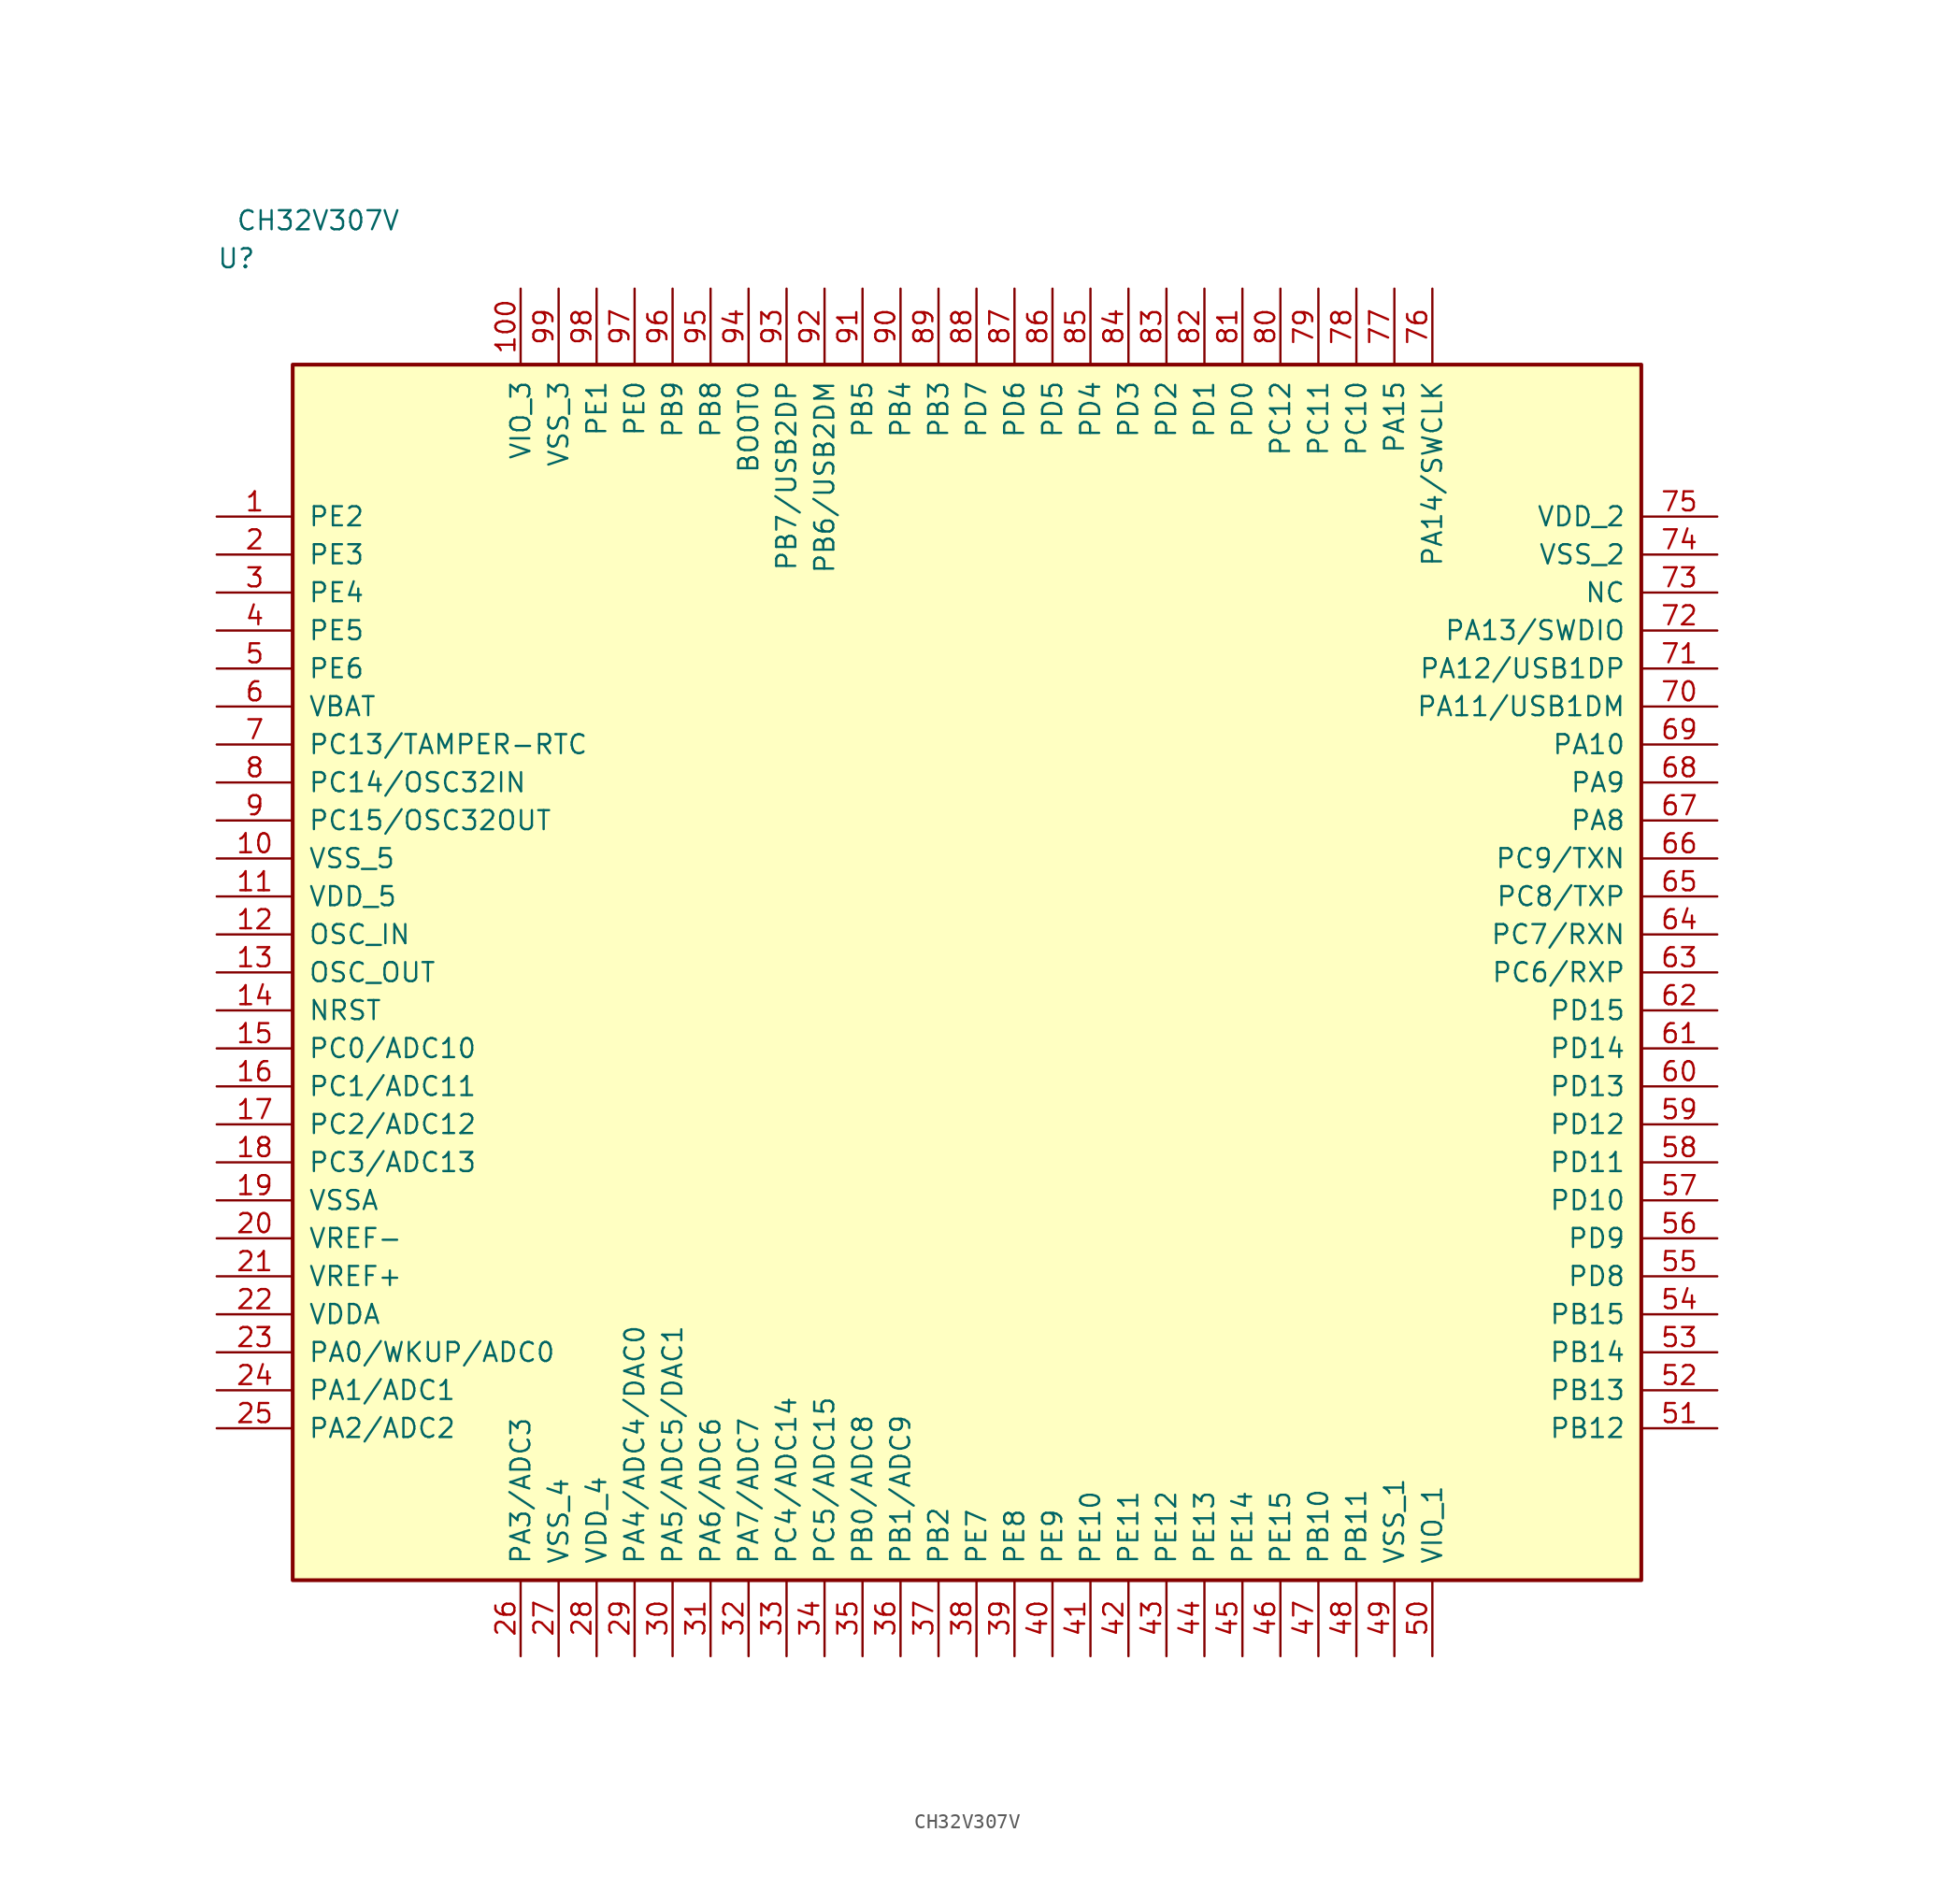
<source format=kicad_sym>
(kicad_symbol_lib
  (version 20211014)
  (generator kicad_symbol_editor)
  (symbol "CH32V307V"
    (pin_names
      (offset 1.016))
    (property "Reference" "U"
      (at -5.08 6.35 0)
      (effects (font (size 1.27 1.27)) (justify left bottom)))
    (property "Value" "CH32V307V"
      (at -3.81 8.89 0)
      (effects (font (size 1.27 1.27)) (justify left bottom)))
    (symbol "CH32V307V_1_1"
      (rectangle (start 0 -81.28) (end 90.17 0) (stroke (width 0.254) (type default) (color 0 0 0 0)) (fill (type background)))
      (pin bidirectional line (at -5.08 -10.16 0) (length 5.08) (name "PE2" (effects (font (size 1.27 1.27)))) (number "1" (effects (font (size 1.27 1.27)))))
      (pin power_in line (at -5.08 -33.02 0) (length 5.08) (name "VSS_5" (effects (font (size 1.27 1.27)))) (number "10" (effects (font (size 1.27 1.27)))))
      (pin power_in line (at 15.24 5.08 270) (length 5.08) (name "VIO_3" (effects (font (size 1.27 1.27)))) (number "100" (effects (font (size 1.27 1.27)))))
      (pin power_in line (at -5.08 -35.56 0) (length 5.08) (name "VDD_5" (effects (font (size 1.27 1.27)))) (number "11" (effects (font (size 1.27 1.27)))))
      (pin input line (at -5.08 -38.1 0) (length 5.08) (name "OSC_IN" (effects (font (size 1.27 1.27)))) (number "12" (effects (font (size 1.27 1.27)))))
      (pin output line (at -5.08 -40.64 0) (length 5.08) (name "OSC_OUT" (effects (font (size 1.27 1.27)))) (number "13" (effects (font (size 1.27 1.27)))))
      (pin bidirectional line (at -5.08 -43.18 0) (length 5.08) (name "NRST" (effects (font (size 1.27 1.27)))) (number "14" (effects (font (size 1.27 1.27)))))
      (pin bidirectional line (at -5.08 -45.72 0) (length 5.08) (name "PC0/ADC10" (effects (font (size 1.27 1.27)))) (number "15" (effects (font (size 1.27 1.27)))))
      (pin bidirectional line (at -5.08 -48.26 0) (length 5.08) (name "PC1/ADC11" (effects (font (size 1.27 1.27)))) (number "16" (effects (font (size 1.27 1.27)))))
      (pin bidirectional line (at -5.08 -50.8 0) (length 5.08) (name "PC2/ADC12" (effects (font (size 1.27 1.27)))) (number "17" (effects (font (size 1.27 1.27)))))
      (pin bidirectional line (at -5.08 -53.34 0) (length 5.08) (name "PC3/ADC13" (effects (font (size 1.27 1.27)))) (number "18" (effects (font (size 1.27 1.27)))))
      (pin power_in line (at -5.08 -55.88 0) (length 5.08) (name "VSSA" (effects (font (size 1.27 1.27)))) (number "19" (effects (font (size 1.27 1.27)))))
      (pin bidirectional line (at -5.08 -12.7 0) (length 5.08) (name "PE3" (effects (font (size 1.27 1.27)))) (number "2" (effects (font (size 1.27 1.27)))))
      (pin power_in line (at -5.08 -58.42 0) (length 5.08) (name "VREF-" (effects (font (size 1.27 1.27)))) (number "20" (effects (font (size 1.27 1.27)))))
      (pin power_in line (at -5.08 -60.96 0) (length 5.08) (name "VREF+" (effects (font (size 1.27 1.27)))) (number "21" (effects (font (size 1.27 1.27)))))
      (pin power_in line (at -5.08 -63.5 0) (length 5.08) (name "VDDA" (effects (font (size 1.27 1.27)))) (number "22" (effects (font (size 1.27 1.27)))))
      (pin bidirectional line (at -5.08 -66.04 0) (length 5.08) (name "PA0/WKUP/ADC0" (effects (font (size 1.27 1.27)))) (number "23" (effects (font (size 1.27 1.27)))))
      (pin bidirectional line (at -5.08 -68.58 0) (length 5.08) (name "PA1/ADC1" (effects (font (size 1.27 1.27)))) (number "24" (effects (font (size 1.27 1.27)))))
      (pin bidirectional line (at -5.08 -71.12 0) (length 5.08) (name "PA2/ADC2" (effects (font (size 1.27 1.27)))) (number "25" (effects (font (size 1.27 1.27)))))
      (pin bidirectional line (at 15.24 -86.36 90) (length 5.08) (name "PA3/ADC3" (effects (font (size 1.27 1.27)))) (number "26" (effects (font (size 1.27 1.27)))))
      (pin power_in line (at 17.78 -86.36 90) (length 5.08) (name "VSS_4" (effects (font (size 1.27 1.27)))) (number "27" (effects (font (size 1.27 1.27)))))
      (pin power_in line (at 20.32 -86.36 90) (length 5.08) (name "VDD_4" (effects (font (size 1.27 1.27)))) (number "28" (effects (font (size 1.27 1.27)))))
      (pin bidirectional line (at 22.86 -86.36 90) (length 5.08) (name "PA4/ADC4/DAC0" (effects (font (size 1.27 1.27)))) (number "29" (effects (font (size 1.27 1.27)))))
      (pin bidirectional line (at -5.08 -15.24 0) (length 5.08) (name "PE4" (effects (font (size 1.27 1.27)))) (number "3" (effects (font (size 1.27 1.27)))))
      (pin bidirectional line (at 25.4 -86.36 90) (length 5.08) (name "PA5/ADC5/DAC1" (effects (font (size 1.27 1.27)))) (number "30" (effects (font (size 1.27 1.27)))))
      (pin bidirectional line (at 27.94 -86.36 90) (length 5.08) (name "PA6/ADC6" (effects (font (size 1.27 1.27)))) (number "31" (effects (font (size 1.27 1.27)))))
      (pin bidirectional line (at 30.48 -86.36 90) (length 5.08) (name "PA7/ADC7" (effects (font (size 1.27 1.27)))) (number "32" (effects (font (size 1.27 1.27)))))
      (pin bidirectional line (at 33.02 -86.36 90) (length 5.08) (name "PC4/ADC14" (effects (font (size 1.27 1.27)))) (number "33" (effects (font (size 1.27 1.27)))))
      (pin bidirectional line (at 35.56 -86.36 90) (length 5.08) (name "PC5/ADC15" (effects (font (size 1.27 1.27)))) (number "34" (effects (font (size 1.27 1.27)))))
      (pin bidirectional line (at 38.1 -86.36 90) (length 5.08) (name "PB0/ADC8" (effects (font (size 1.27 1.27)))) (number "35" (effects (font (size 1.27 1.27)))))
      (pin bidirectional line (at 40.64 -86.36 90) (length 5.08) (name "PB1/ADC9" (effects (font (size 1.27 1.27)))) (number "36" (effects (font (size 1.27 1.27)))))
      (pin bidirectional line (at 43.18 -86.36 90) (length 5.08) (name "PB2" (effects (font (size 1.27 1.27)))) (number "37" (effects (font (size 1.27 1.27)))))
      (pin bidirectional line (at 45.72 -86.36 90) (length 5.08) (name "PE7" (effects (font (size 1.27 1.27)))) (number "38" (effects (font (size 1.27 1.27)))))
      (pin bidirectional line (at 48.26 -86.36 90) (length 5.08) (name "PE8" (effects (font (size 1.27 1.27)))) (number "39" (effects (font (size 1.27 1.27)))))
      (pin bidirectional line (at -5.08 -17.78 0) (length 5.08) (name "PE5" (effects (font (size 1.27 1.27)))) (number "4" (effects (font (size 1.27 1.27)))))
      (pin bidirectional line (at 50.8 -86.36 90) (length 5.08) (name "PE9" (effects (font (size 1.27 1.27)))) (number "40" (effects (font (size 1.27 1.27)))))
      (pin bidirectional line (at 53.34 -86.36 90) (length 5.08) (name "PE10" (effects (font (size 1.27 1.27)))) (number "41" (effects (font (size 1.27 1.27)))))
      (pin bidirectional line (at 55.88 -86.36 90) (length 5.08) (name "PE11" (effects (font (size 1.27 1.27)))) (number "42" (effects (font (size 1.27 1.27)))))
      (pin bidirectional line (at 58.42 -86.36 90) (length 5.08) (name "PE12" (effects (font (size 1.27 1.27)))) (number "43" (effects (font (size 1.27 1.27)))))
      (pin bidirectional line (at 60.96 -86.36 90) (length 5.08) (name "PE13" (effects (font (size 1.27 1.27)))) (number "44" (effects (font (size 1.27 1.27)))))
      (pin bidirectional line (at 63.5 -86.36 90) (length 5.08) (name "PE14" (effects (font (size 1.27 1.27)))) (number "45" (effects (font (size 1.27 1.27)))))
      (pin bidirectional line (at 66.04 -86.36 90) (length 5.08) (name "PE15" (effects (font (size 1.27 1.27)))) (number "46" (effects (font (size 1.27 1.27)))))
      (pin bidirectional line (at 68.58 -86.36 90) (length 5.08) (name "PB10" (effects (font (size 1.27 1.27)))) (number "47" (effects (font (size 1.27 1.27)))))
      (pin bidirectional line (at 71.12 -86.36 90) (length 5.08) (name "PB11" (effects (font (size 1.27 1.27)))) (number "48" (effects (font (size 1.27 1.27)))))
      (pin power_in line (at 73.66 -86.36 90) (length 5.08) (name "VSS_1" (effects (font (size 1.27 1.27)))) (number "49" (effects (font (size 1.27 1.27)))))
      (pin bidirectional line (at -5.08 -20.32 0) (length 5.08) (name "PE6" (effects (font (size 1.27 1.27)))) (number "5" (effects (font (size 1.27 1.27)))))
      (pin power_in line (at 76.2 -86.36 90) (length 5.08) (name "VIO_1" (effects (font (size 1.27 1.27)))) (number "50" (effects (font (size 1.27 1.27)))))
      (pin bidirectional line (at 95.25 -71.12 180) (length 5.08) (name "PB12" (effects (font (size 1.27 1.27)))) (number "51" (effects (font (size 1.27 1.27)))))
      (pin bidirectional line (at 95.25 -68.58 180) (length 5.08) (name "PB13" (effects (font (size 1.27 1.27)))) (number "52" (effects (font (size 1.27 1.27)))))
      (pin bidirectional line (at 95.25 -66.04 180) (length 5.08) (name "PB14" (effects (font (size 1.27 1.27)))) (number "53" (effects (font (size 1.27 1.27)))))
      (pin bidirectional line (at 95.25 -63.5 180) (length 5.08) (name "PB15" (effects (font (size 1.27 1.27)))) (number "54" (effects (font (size 1.27 1.27)))))
      (pin bidirectional line (at 95.25 -60.96 180) (length 5.08) (name "PD8" (effects (font (size 1.27 1.27)))) (number "55" (effects (font (size 1.27 1.27)))))
      (pin bidirectional line (at 95.25 -58.42 180) (length 5.08) (name "PD9" (effects (font (size 1.27 1.27)))) (number "56" (effects (font (size 1.27 1.27)))))
      (pin bidirectional line (at 95.25 -55.88 180) (length 5.08) (name "PD10" (effects (font (size 1.27 1.27)))) (number "57" (effects (font (size 1.27 1.27)))))
      (pin bidirectional line (at 95.25 -53.34 180) (length 5.08) (name "PD11" (effects (font (size 1.27 1.27)))) (number "58" (effects (font (size 1.27 1.27)))))
      (pin bidirectional line (at 95.25 -50.8 180) (length 5.08) (name "PD12" (effects (font (size 1.27 1.27)))) (number "59" (effects (font (size 1.27 1.27)))))
      (pin power_in line (at -5.08 -22.86 0) (length 5.08) (name "VBAT" (effects (font (size 1.27 1.27)))) (number "6" (effects (font (size 1.27 1.27)))))
      (pin bidirectional line (at 95.25 -48.26 180) (length 5.08) (name "PD13" (effects (font (size 1.27 1.27)))) (number "60" (effects (font (size 1.27 1.27)))))
      (pin bidirectional line (at 95.25 -45.72 180) (length 5.08) (name "PD14" (effects (font (size 1.27 1.27)))) (number "61" (effects (font (size 1.27 1.27)))))
      (pin bidirectional line (at 95.25 -43.18 180) (length 5.08) (name "PD15" (effects (font (size 1.27 1.27)))) (number "62" (effects (font (size 1.27 1.27)))))
      (pin bidirectional line (at 95.25 -40.64 180) (length 5.08) (name "PC6/RXP" (effects (font (size 1.27 1.27)))) (number "63" (effects (font (size 1.27 1.27)))))
      (pin bidirectional line (at 95.25 -38.1 180) (length 5.08) (name "PC7/RXN" (effects (font (size 1.27 1.27)))) (number "64" (effects (font (size 1.27 1.27)))))
      (pin bidirectional line (at 95.25 -35.56 180) (length 5.08) (name "PC8/TXP" (effects (font (size 1.27 1.27)))) (number "65" (effects (font (size 1.27 1.27)))))
      (pin bidirectional line (at 95.25 -33.02 180) (length 5.08) (name "PC9/TXN" (effects (font (size 1.27 1.27)))) (number "66" (effects (font (size 1.27 1.27)))))
      (pin bidirectional line (at 95.25 -30.48 180) (length 5.08) (name "PA8" (effects (font (size 1.27 1.27)))) (number "67" (effects (font (size 1.27 1.27)))))
      (pin bidirectional line (at 95.25 -27.94 180) (length 5.08) (name "PA9" (effects (font (size 1.27 1.27)))) (number "68" (effects (font (size 1.27 1.27)))))
      (pin bidirectional line (at 95.25 -25.4 180) (length 5.08) (name "PA10" (effects (font (size 1.27 1.27)))) (number "69" (effects (font (size 1.27 1.27)))))
      (pin bidirectional line (at -5.08 -25.4 0) (length 5.08) (name "PC13/TAMPER-RTC" (effects (font (size 1.27 1.27)))) (number "7" (effects (font (size 1.27 1.27)))))
      (pin bidirectional line (at 95.25 -22.86 180) (length 5.08) (name "PA11/USB1DM" (effects (font (size 1.27 1.27)))) (number "70" (effects (font (size 1.27 1.27)))))
      (pin bidirectional line (at 95.25 -20.32 180) (length 5.08) (name "PA12/USB1DP" (effects (font (size 1.27 1.27)))) (number "71" (effects (font (size 1.27 1.27)))))
      (pin bidirectional line (at 95.25 -17.78 180) (length 5.08) (name "PA13/SWDIO" (effects (font (size 1.27 1.27)))) (number "72" (effects (font (size 1.27 1.27)))))
      (pin tri_state line (at 95.25 -15.24 180) (length 5.08) (name "NC" (effects (font (size 1.27 1.27)))) (number "73" (effects (font (size 1.27 1.27)))))
      (pin power_in line (at 95.25 -12.7 180) (length 5.08) (name "VSS_2" (effects (font (size 1.27 1.27)))) (number "74" (effects (font (size 1.27 1.27)))))
      (pin power_in line (at 95.25 -10.16 180) (length 5.08) (name "VDD_2" (effects (font (size 1.27 1.27)))) (number "75" (effects (font (size 1.27 1.27)))))
      (pin bidirectional line (at 76.2 5.08 270) (length 5.08) (name "PA14/SWCLK" (effects (font (size 1.27 1.27)))) (number "76" (effects (font (size 1.27 1.27)))))
      (pin bidirectional line (at 73.66 5.08 270) (length 5.08) (name "PA15" (effects (font (size 1.27 1.27)))) (number "77" (effects (font (size 1.27 1.27)))))
      (pin bidirectional line (at 71.12 5.08 270) (length 5.08) (name "PC10" (effects (font (size 1.27 1.27)))) (number "78" (effects (font (size 1.27 1.27)))))
      (pin bidirectional line (at 68.58 5.08 270) (length 5.08) (name "PC11" (effects (font (size 1.27 1.27)))) (number "79" (effects (font (size 1.27 1.27)))))
      (pin bidirectional line (at -5.08 -27.94 0) (length 5.08) (name "PC14/OSC32IN" (effects (font (size 1.27 1.27)))) (number "8" (effects (font (size 1.27 1.27)))))
      (pin bidirectional line (at 66.04 5.08 270) (length 5.08) (name "PC12" (effects (font (size 1.27 1.27)))) (number "80" (effects (font (size 1.27 1.27)))))
      (pin bidirectional line (at 63.5 5.08 270) (length 5.08) (name "PD0" (effects (font (size 1.27 1.27)))) (number "81" (effects (font (size 1.27 1.27)))))
      (pin bidirectional line (at 60.96 5.08 270) (length 5.08) (name "PD1" (effects (font (size 1.27 1.27)))) (number "82" (effects (font (size 1.27 1.27)))))
      (pin bidirectional line (at 58.42 5.08 270) (length 5.08) (name "PD2" (effects (font (size 1.27 1.27)))) (number "83" (effects (font (size 1.27 1.27)))))
      (pin bidirectional line (at 55.88 5.08 270) (length 5.08) (name "PD3" (effects (font (size 1.27 1.27)))) (number "84" (effects (font (size 1.27 1.27)))))
      (pin bidirectional line (at 53.34 5.08 270) (length 5.08) (name "PD4" (effects (font (size 1.27 1.27)))) (number "85" (effects (font (size 1.27 1.27)))))
      (pin bidirectional line (at 50.8 5.08 270) (length 5.08) (name "PD5" (effects (font (size 1.27 1.27)))) (number "86" (effects (font (size 1.27 1.27)))))
      (pin bidirectional line (at 48.26 5.08 270) (length 5.08) (name "PD6" (effects (font (size 1.27 1.27)))) (number "87" (effects (font (size 1.27 1.27)))))
      (pin bidirectional line (at 45.72 5.08 270) (length 5.08) (name "PD7" (effects (font (size 1.27 1.27)))) (number "88" (effects (font (size 1.27 1.27)))))
      (pin bidirectional line (at 43.18 5.08 270) (length 5.08) (name "PB3" (effects (font (size 1.27 1.27)))) (number "89" (effects (font (size 1.27 1.27)))))
      (pin bidirectional line (at -5.08 -30.48 0) (length 5.08) (name "PC15/OSC32OUT" (effects (font (size 1.27 1.27)))) (number "9" (effects (font (size 1.27 1.27)))))
      (pin bidirectional line (at 40.64 5.08 270) (length 5.08) (name "PB4" (effects (font (size 1.27 1.27)))) (number "90" (effects (font (size 1.27 1.27)))))
      (pin bidirectional line (at 38.1 5.08 270) (length 5.08) (name "PB5" (effects (font (size 1.27 1.27)))) (number "91" (effects (font (size 1.27 1.27)))))
      (pin bidirectional line (at 35.56 5.08 270) (length 5.08) (name "PB6/USB2DM" (effects (font (size 1.27 1.27)))) (number "92" (effects (font (size 1.27 1.27)))))
      (pin bidirectional line (at 33.02 5.08 270) (length 5.08) (name "PB7/USB2DP" (effects (font (size 1.27 1.27)))) (number "93" (effects (font (size 1.27 1.27)))))
      (pin input line (at 30.48 5.08 270) (length 5.08) (name "BOOT0" (effects (font (size 1.27 1.27)))) (number "94" (effects (font (size 1.27 1.27)))))
      (pin bidirectional line (at 27.94 5.08 270) (length 5.08) (name "PB8" (effects (font (size 1.27 1.27)))) (number "95" (effects (font (size 1.27 1.27)))))
      (pin bidirectional line (at 25.4 5.08 270) (length 5.08) (name "PB9" (effects (font (size 1.27 1.27)))) (number "96" (effects (font (size 1.27 1.27)))))
      (pin bidirectional line (at 22.86 5.08 270) (length 5.08) (name "PE0" (effects (font (size 1.27 1.27)))) (number "97" (effects (font (size 1.27 1.27)))))
      (pin bidirectional line (at 20.32 5.08 270) (length 5.08) (name "PE1" (effects (font (size 1.27 1.27)))) (number "98" (effects (font (size 1.27 1.27)))))
      (pin power_in line (at 17.78 5.08 270) (length 5.08) (name "VSS_3" (effects (font (size 1.27 1.27)))) (number "99" (effects (font (size 1.27 1.27))))))))
</source>
